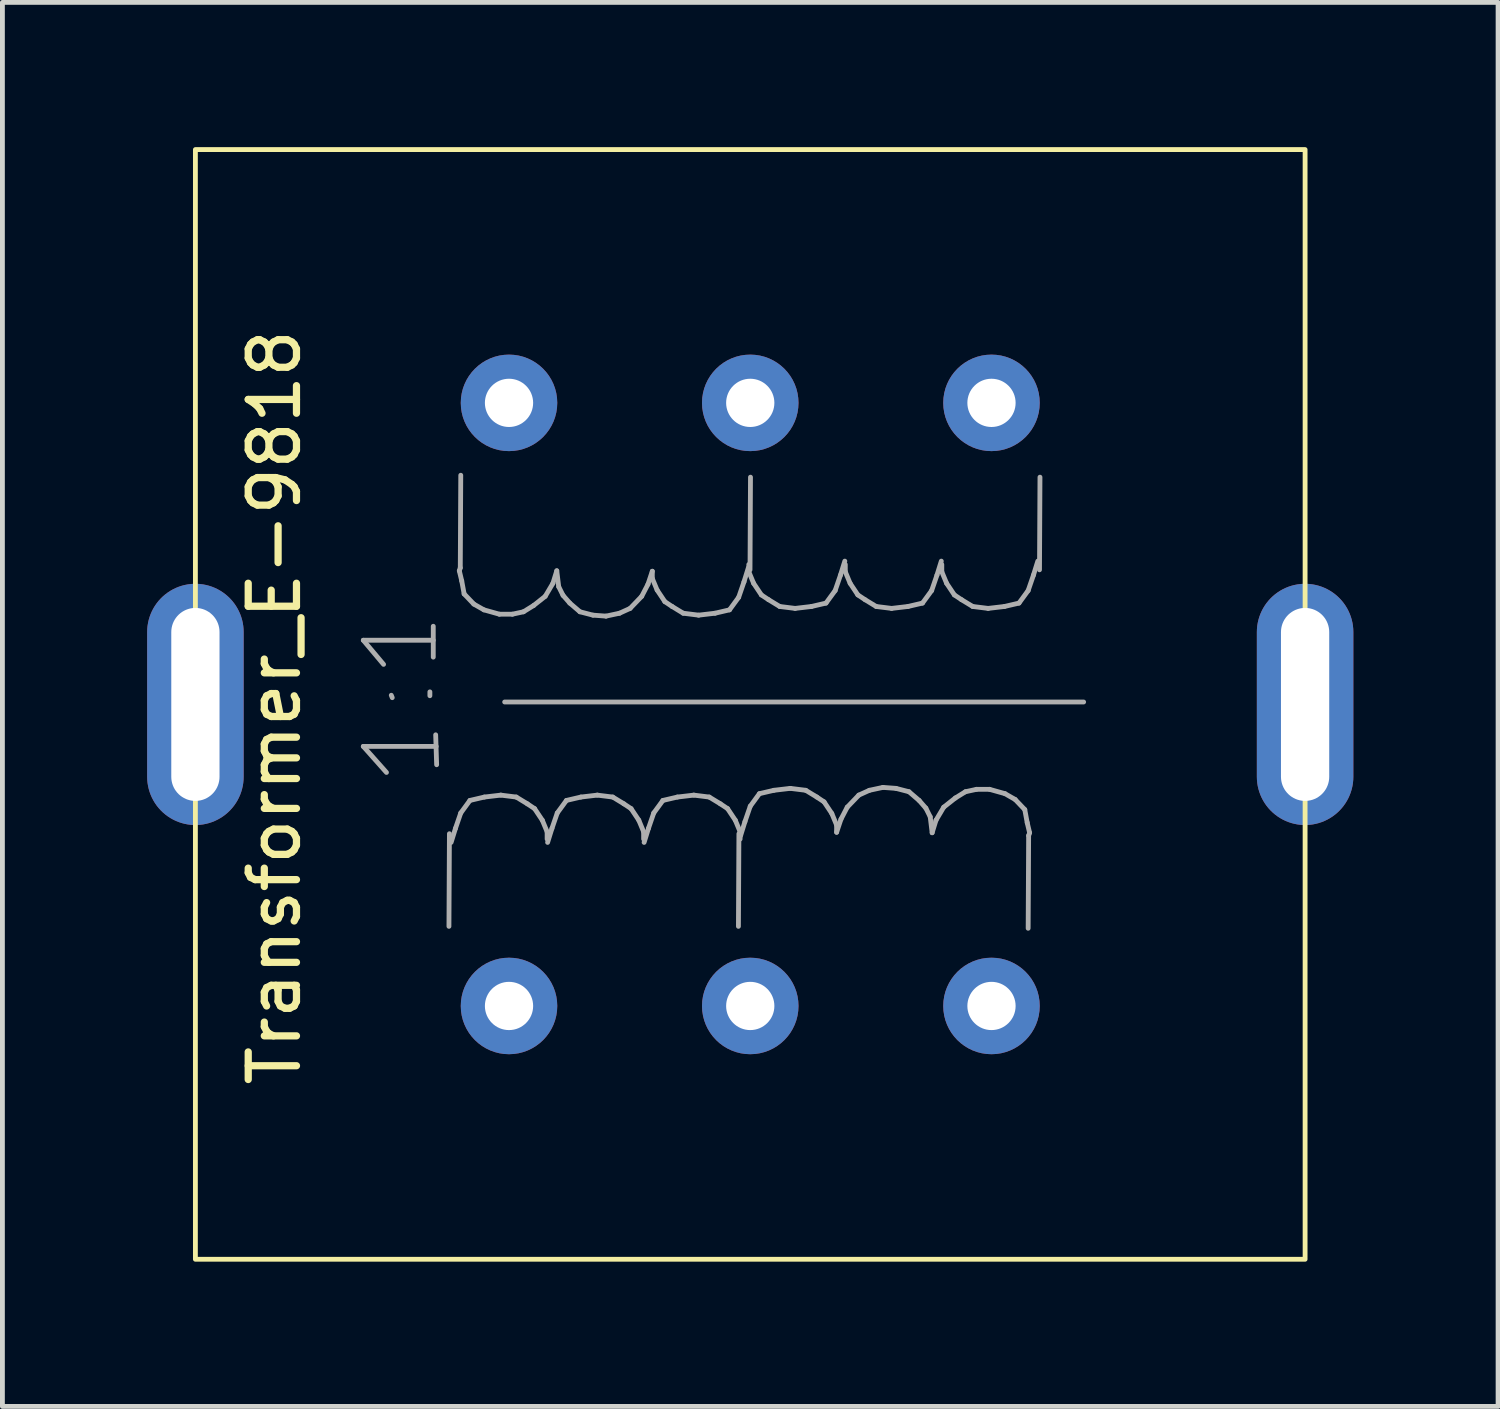
<source format=kicad_pcb>
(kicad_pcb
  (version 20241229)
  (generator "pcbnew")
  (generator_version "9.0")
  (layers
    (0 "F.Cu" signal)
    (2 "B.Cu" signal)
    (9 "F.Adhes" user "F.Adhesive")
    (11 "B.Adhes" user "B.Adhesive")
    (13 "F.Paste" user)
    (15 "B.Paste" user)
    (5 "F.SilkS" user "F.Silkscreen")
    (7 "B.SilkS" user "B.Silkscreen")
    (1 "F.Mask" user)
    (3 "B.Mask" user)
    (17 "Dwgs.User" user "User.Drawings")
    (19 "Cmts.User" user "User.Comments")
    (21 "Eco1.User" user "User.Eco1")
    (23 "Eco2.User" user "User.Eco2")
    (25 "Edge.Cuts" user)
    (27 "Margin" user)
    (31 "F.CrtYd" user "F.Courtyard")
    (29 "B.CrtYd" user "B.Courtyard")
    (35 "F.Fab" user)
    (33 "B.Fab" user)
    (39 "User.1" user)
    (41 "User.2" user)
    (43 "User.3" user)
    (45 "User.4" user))
  (footprint "Transformer_E-9818"
    (layer "F.Cu")
    (at 19 7.8)
    (property "Reference" "Transformer_E-9818" (at -16.36 3.81 90) (layer "F.SilkS") (effects (font (size 1 1) (thickness 0.15))))
    (attr through_hole)
    (fp_rect (start -18 -7.75) (end 5 15.25) (stroke (width 0.1) (type default)) (fill no) (layer "F.SilkS"))
    (fp_line (start -14.52 2.42) (end -13.07 2.42) (stroke (width 0.1) (type solid)) (layer "F.Fab"))
    (fp_line (start -14.52 4.62) (end -13.01 4.62) (stroke (width 0.1) (type solid)) (layer "F.Fab"))
    (fp_line (start -14.1 2.92) (end -14.52 2.42) (stroke (width 0.1) (type solid)) (layer "F.Fab"))
    (fp_line (start -14.04 5.16) (end -14.52 4.62) (stroke (width 0.1) (type solid)) (layer "F.Fab"))
    (fp_line (start -13.94 3.56) (end -13.92 3.61) (stroke (width 0.1) (type solid)) (layer "F.Fab"))
    (fp_line (start -13.14 3.49) (end -13.14 3.57) (stroke (width 0.1) (type solid)) (layer "F.Fab"))
    (fp_line (start -13.07 2.77) (end -13.07 2.13) (stroke (width 0.1) (type solid)) (layer "F.Fab"))
    (fp_line (start -13 5) (end -13.02 4.38) (stroke (width 0.1) (type solid)) (layer "F.Fab"))
    (fp_line (start -12.735 6.43) (end -12.745 8.35) (stroke (width 0.1) (type solid)) (layer "F.Fab"))
    (fp_line (start -12.7 6.61) (end -12.61 6.32) (stroke (width 0.1) (type solid)) (layer "F.Fab"))
    (fp_line (start -12.61 6.32) (end -12.5 6) (stroke (width 0.1) (type solid)) (layer "F.Fab"))
    (fp_line (start -12.53 0.98) (end -12.51 0.92) (stroke (width 0.1) (type solid)) (layer "F.Fab"))
    (fp_line (start -12.51 0.92) (end -12.5 -1) (stroke (width 0.1) (type solid)) (layer "F.Fab"))
    (fp_line (start -12.5 6) (end -12.31 5.74) (stroke (width 0.1) (type solid)) (layer "F.Fab"))
    (fp_line (start -12.48 1.19) (end -12.53 0.98) (stroke (width 0.1) (type solid)) (layer "F.Fab"))
    (fp_line (start -12.43 1.46) (end -12.48 1.19) (stroke (width 0.1) (type solid)) (layer "F.Fab"))
    (fp_line (start -12.31 5.74) (end -12.01 5.67) (stroke (width 0.1) (type solid)) (layer "F.Fab"))
    (fp_line (start -12.23 1.67) (end -12.43 1.46) (stroke (width 0.1) (type solid)) (layer "F.Fab"))
    (fp_line (start -12.02 1.79) (end -12.23 1.67) (stroke (width 0.1) (type solid)) (layer "F.Fab"))
    (fp_line (start -12.01 5.67) (end -11.67 5.63) (stroke (width 0.1) (type solid)) (layer "F.Fab"))
    (fp_line (start -11.7 1.88) (end -12.02 1.79) (stroke (width 0.1) (type solid)) (layer "F.Fab"))
    (fp_line (start -11.67 5.63) (end -11.35 5.67) (stroke (width 0.1) (type solid)) (layer "F.Fab"))
    (fp_line (start -11.59 3.7) (end 0.41 3.7) (stroke (width 0.1) (type solid)) (layer "F.Fab"))
    (fp_line (start -11.43 1.88) (end -11.7 1.88) (stroke (width 0.1) (type solid)) (layer "F.Fab"))
    (fp_line (start -11.35 5.67) (end -11.12 5.81) (stroke (width 0.1) (type solid)) (layer "F.Fab"))
    (fp_line (start -11.2 1.83) (end -11.43 1.88) (stroke (width 0.1) (type solid)) (layer "F.Fab"))
    (fp_line (start -11.12 5.81) (end -10.97 5.91) (stroke (width 0.1) (type solid)) (layer "F.Fab"))
    (fp_line (start -10.99 1.7) (end -11.2 1.83) (stroke (width 0.1) (type solid)) (layer "F.Fab"))
    (fp_line (start -10.97 5.91) (end -10.81 6.15) (stroke (width 0.1) (type solid)) (layer "F.Fab"))
    (fp_line (start -10.81 6.15) (end -10.71 6.39) (stroke (width 0.1) (type solid)) (layer "F.Fab"))
    (fp_line (start -10.75 1.51) (end -10.99 1.7) (stroke (width 0.1) (type solid)) (layer "F.Fab"))
    (fp_line (start -10.71 6.39) (end -10.71 6.54) (stroke (width 0.1) (type solid)) (layer "F.Fab"))
    (fp_line (start -10.7 6.61) (end -10.61 6.32) (stroke (width 0.1) (type solid)) (layer "F.Fab"))
    (fp_line (start -10.61 6.32) (end -10.5 6) (stroke (width 0.1) (type solid)) (layer "F.Fab"))
    (fp_line (start -10.59 1.24) (end -10.75 1.51) (stroke (width 0.1) (type solid)) (layer "F.Fab"))
    (fp_line (start -10.51 0.98) (end -10.59 1.24) (stroke (width 0.1) (type solid)) (layer "F.Fab"))
    (fp_line (start -10.5 6) (end -10.31 5.74) (stroke (width 0.1) (type solid)) (layer "F.Fab"))
    (fp_line (start -10.47 1.31) (end -10.51 0.98) (stroke (width 0.1) (type solid)) (layer "F.Fab"))
    (fp_line (start -10.38 1.49) (end -10.47 1.31) (stroke (width 0.1) (type solid)) (layer "F.Fab"))
    (fp_line (start -10.31 5.74) (end -10.01 5.67) (stroke (width 0.1) (type solid)) (layer "F.Fab"))
    (fp_line (start -10.24 1.65) (end -10.38 1.49) (stroke (width 0.1) (type solid)) (layer "F.Fab"))
    (fp_line (start -10.03 1.83) (end -10.24 1.65) (stroke (width 0.1) (type solid)) (layer "F.Fab"))
    (fp_line (start -10.01 5.67) (end -9.67 5.63) (stroke (width 0.1) (type solid)) (layer "F.Fab"))
    (fp_line (start -9.76 1.9) (end -10.03 1.83) (stroke (width 0.1) (type solid)) (layer "F.Fab"))
    (fp_line (start -9.67 5.63) (end -9.35 5.67) (stroke (width 0.1) (type solid)) (layer "F.Fab"))
    (fp_line (start -9.49 1.92) (end -9.76 1.9) (stroke (width 0.1) (type solid)) (layer "F.Fab"))
    (fp_line (start -9.35 5.67) (end -9.12 5.81) (stroke (width 0.1) (type solid)) (layer "F.Fab"))
    (fp_line (start -9.21 1.86) (end -9.49 1.92) (stroke (width 0.1) (type solid)) (layer "F.Fab"))
    (fp_line (start -9.12 5.81) (end -8.97 5.91) (stroke (width 0.1) (type solid)) (layer "F.Fab"))
    (fp_line (start -8.99 1.76) (end -9.21 1.86) (stroke (width 0.1) (type solid)) (layer "F.Fab"))
    (fp_line (start -8.97 5.91) (end -8.81 6.15) (stroke (width 0.1) (type solid)) (layer "F.Fab"))
    (fp_line (start -8.81 6.15) (end -8.71 6.39) (stroke (width 0.1) (type solid)) (layer "F.Fab"))
    (fp_line (start -8.75 1.51) (end -8.99 1.76) (stroke (width 0.1) (type solid)) (layer "F.Fab"))
    (fp_line (start -8.71 6.39) (end -8.71 6.54) (stroke (width 0.1) (type solid)) (layer "F.Fab"))
    (fp_line (start -8.7 6.61) (end -8.61 6.32) (stroke (width 0.1) (type solid)) (layer "F.Fab"))
    (fp_line (start -8.62 1.26) (end -8.75 1.51) (stroke (width 0.1) (type solid)) (layer "F.Fab"))
    (fp_line (start -8.61 6.32) (end -8.5 6) (stroke (width 0.1) (type solid)) (layer "F.Fab"))
    (fp_line (start -8.53 0.99) (end -8.62 1.26) (stroke (width 0.1) (type solid)) (layer "F.Fab"))
    (fp_line (start -8.53 1.14) (end -8.53 0.99) (stroke (width 0.1) (type solid)) (layer "F.Fab"))
    (fp_line (start -8.5 6) (end -8.31 5.74) (stroke (width 0.1) (type solid)) (layer "F.Fab"))
    (fp_line (start -8.43 1.38) (end -8.53 1.14) (stroke (width 0.1) (type solid)) (layer "F.Fab"))
    (fp_line (start -8.31 5.74) (end -8.01 5.67) (stroke (width 0.1) (type solid)) (layer "F.Fab"))
    (fp_line (start -8.27 1.62) (end -8.43 1.38) (stroke (width 0.1) (type solid)) (layer "F.Fab"))
    (fp_line (start -8.12 1.72) (end -8.27 1.62) (stroke (width 0.1) (type solid)) (layer "F.Fab"))
    (fp_line (start -8.01 5.67) (end -7.67 5.63) (stroke (width 0.1) (type solid)) (layer "F.Fab"))
    (fp_line (start -7.89 1.86) (end -8.12 1.72) (stroke (width 0.1) (type solid)) (layer "F.Fab"))
    (fp_line (start -7.67 5.63) (end -7.35 5.67) (stroke (width 0.1) (type solid)) (layer "F.Fab"))
    (fp_line (start -7.57 1.9) (end -7.89 1.86) (stroke (width 0.1) (type solid)) (layer "F.Fab"))
    (fp_line (start -7.35 5.67) (end -7.12 5.81) (stroke (width 0.1) (type solid)) (layer "F.Fab"))
    (fp_line (start -7.23 1.86) (end -7.57 1.9) (stroke (width 0.1) (type solid)) (layer "F.Fab"))
    (fp_line (start -7.12 5.81) (end -6.97 5.91) (stroke (width 0.1) (type solid)) (layer "F.Fab"))
    (fp_line (start -6.97 5.91) (end -6.81 6.15) (stroke (width 0.1) (type solid)) (layer "F.Fab"))
    (fp_line (start -6.93 1.79) (end -7.23 1.86) (stroke (width 0.1) (type solid)) (layer "F.Fab"))
    (fp_line (start -6.81 6.15) (end -6.71 6.39) (stroke (width 0.1) (type solid)) (layer "F.Fab"))
    (fp_line (start -6.74 1.53) (end -6.93 1.79) (stroke (width 0.1) (type solid)) (layer "F.Fab"))
    (fp_line (start -6.735 6.43) (end -6.745 8.35) (stroke (width 0.1) (type solid)) (layer "F.Fab"))
    (fp_line (start -6.71 6.39) (end -6.71 6.54) (stroke (width 0.1) (type solid)) (layer "F.Fab"))
    (fp_line (start -6.7 6.47) (end -6.61 6.18) (stroke (width 0.1) (type solid)) (layer "F.Fab"))
    (fp_line (start -6.63 1.21) (end -6.74 1.53) (stroke (width 0.1) (type solid)) (layer "F.Fab"))
    (fp_line (start -6.61 6.18) (end -6.5 5.86) (stroke (width 0.1) (type solid)) (layer "F.Fab"))
    (fp_line (start -6.54 0.92) (end -6.63 1.21) (stroke (width 0.1) (type solid)) (layer "F.Fab"))
    (fp_line (start -6.53 1) (end -6.53 0.85) (stroke (width 0.1) (type solid)) (layer "F.Fab"))
    (fp_line (start -6.505 0.96) (end -6.495 -0.96) (stroke (width 0.1) (type solid)) (layer "F.Fab"))
    (fp_line (start -6.5 5.86) (end -6.31 5.6) (stroke (width 0.1) (type solid)) (layer "F.Fab"))
    (fp_line (start -6.43 1.24) (end -6.53 1) (stroke (width 0.1) (type solid)) (layer "F.Fab"))
    (fp_line (start -6.31 5.6) (end -6.01 5.53) (stroke (width 0.1) (type solid)) (layer "F.Fab"))
    (fp_line (start -6.27 1.48) (end -6.43 1.24) (stroke (width 0.1) (type solid)) (layer "F.Fab"))
    (fp_line (start -6.12 1.58) (end -6.27 1.48) (stroke (width 0.1) (type solid)) (layer "F.Fab"))
    (fp_line (start -6.01 5.53) (end -5.67 5.49) (stroke (width 0.1) (type solid)) (layer "F.Fab"))
    (fp_line (start -5.89 1.72) (end -6.12 1.58) (stroke (width 0.1) (type solid)) (layer "F.Fab"))
    (fp_line (start -5.67 5.49) (end -5.35 5.53) (stroke (width 0.1) (type solid)) (layer "F.Fab"))
    (fp_line (start -5.57 1.76) (end -5.89 1.72) (stroke (width 0.1) (type solid)) (layer "F.Fab"))
    (fp_line (start -5.35 5.53) (end -5.12 5.67) (stroke (width 0.1) (type solid)) (layer "F.Fab"))
    (fp_line (start -5.23 1.72) (end -5.57 1.76) (stroke (width 0.1) (type solid)) (layer "F.Fab"))
    (fp_line (start -5.12 5.67) (end -4.97 5.77) (stroke (width 0.1) (type solid)) (layer "F.Fab"))
    (fp_line (start -4.97 5.77) (end -4.81 6.01) (stroke (width 0.1) (type solid)) (layer "F.Fab"))
    (fp_line (start -4.93 1.65) (end -5.23 1.72) (stroke (width 0.1) (type solid)) (layer "F.Fab"))
    (fp_line (start -4.81 6.01) (end -4.71 6.25) (stroke (width 0.1) (type solid)) (layer "F.Fab"))
    (fp_line (start -4.74 1.39) (end -4.93 1.65) (stroke (width 0.1) (type solid)) (layer "F.Fab"))
    (fp_line (start -4.71 6.25) (end -4.71 6.4) (stroke (width 0.1) (type solid)) (layer "F.Fab"))
    (fp_line (start -4.71 6.4) (end -4.62 6.13) (stroke (width 0.1) (type solid)) (layer "F.Fab"))
    (fp_line (start -4.63 1.07) (end -4.74 1.39) (stroke (width 0.1) (type solid)) (layer "F.Fab"))
    (fp_line (start -4.62 6.13) (end -4.49 5.88) (stroke (width 0.1) (type solid)) (layer "F.Fab"))
    (fp_line (start -4.54 0.78) (end -4.63 1.07) (stroke (width 0.1) (type solid)) (layer "F.Fab"))
    (fp_line (start -4.53 1) (end -4.53 0.85) (stroke (width 0.1) (type solid)) (layer "F.Fab"))
    (fp_line (start -4.49 5.88) (end -4.25 5.63) (stroke (width 0.1) (type solid)) (layer "F.Fab"))
    (fp_line (start -4.43 1.24) (end -4.53 1) (stroke (width 0.1) (type solid)) (layer "F.Fab"))
    (fp_line (start -4.27 1.48) (end -4.43 1.24) (stroke (width 0.1) (type solid)) (layer "F.Fab"))
    (fp_line (start -4.25 5.63) (end -4.03 5.53) (stroke (width 0.1) (type solid)) (layer "F.Fab"))
    (fp_line (start -4.12 1.58) (end -4.27 1.48) (stroke (width 0.1) (type solid)) (layer "F.Fab"))
    (fp_line (start -4.03 5.53) (end -3.75 5.47) (stroke (width 0.1) (type solid)) (layer "F.Fab"))
    (fp_line (start -3.89 1.72) (end -4.12 1.58) (stroke (width 0.1) (type solid)) (layer "F.Fab"))
    (fp_line (start -3.75 5.47) (end -3.48 5.49) (stroke (width 0.1) (type solid)) (layer "F.Fab"))
    (fp_line (start -3.57 1.76) (end -3.89 1.72) (stroke (width 0.1) (type solid)) (layer "F.Fab"))
    (fp_line (start -3.48 5.49) (end -3.21 5.56) (stroke (width 0.1) (type solid)) (layer "F.Fab"))
    (fp_line (start -3.23 1.72) (end -3.57 1.76) (stroke (width 0.1) (type solid)) (layer "F.Fab"))
    (fp_line (start -3.21 5.56) (end -3 5.74) (stroke (width 0.1) (type solid)) (layer "F.Fab"))
    (fp_line (start -3 5.74) (end -2.86 5.9) (stroke (width 0.1) (type solid)) (layer "F.Fab"))
    (fp_line (start -2.93 1.65) (end -3.23 1.72) (stroke (width 0.1) (type solid)) (layer "F.Fab"))
    (fp_line (start -2.86 5.9) (end -2.77 6.08) (stroke (width 0.1) (type solid)) (layer "F.Fab"))
    (fp_line (start -2.77 6.08) (end -2.73 6.41) (stroke (width 0.1) (type solid)) (layer "F.Fab"))
    (fp_line (start -2.74 1.39) (end -2.93 1.65) (stroke (width 0.1) (type solid)) (layer "F.Fab"))
    (fp_line (start -2.73 6.41) (end -2.65 6.15) (stroke (width 0.1) (type solid)) (layer "F.Fab"))
    (fp_line (start -2.65 6.15) (end -2.49 5.88) (stroke (width 0.1) (type solid)) (layer "F.Fab"))
    (fp_line (start -2.63 1.07) (end -2.74 1.39) (stroke (width 0.1) (type solid)) (layer "F.Fab"))
    (fp_line (start -2.54 0.78) (end -2.63 1.07) (stroke (width 0.1) (type solid)) (layer "F.Fab"))
    (fp_line (start -2.53 1) (end -2.53 0.85) (stroke (width 0.1) (type solid)) (layer "F.Fab"))
    (fp_line (start -2.49 5.88) (end -2.25 5.69) (stroke (width 0.1) (type solid)) (layer "F.Fab"))
    (fp_line (start -2.43 1.24) (end -2.53 1) (stroke (width 0.1) (type solid)) (layer "F.Fab"))
    (fp_line (start -2.27 1.48) (end -2.43 1.24) (stroke (width 0.1) (type solid)) (layer "F.Fab"))
    (fp_line (start -2.25 5.69) (end -2.04 5.56) (stroke (width 0.1) (type solid)) (layer "F.Fab"))
    (fp_line (start -2.12 1.58) (end -2.27 1.48) (stroke (width 0.1) (type solid)) (layer "F.Fab"))
    (fp_line (start -2.04 5.56) (end -1.81 5.51) (stroke (width 0.1) (type solid)) (layer "F.Fab"))
    (fp_line (start -1.89 1.72) (end -2.12 1.58) (stroke (width 0.1) (type solid)) (layer "F.Fab"))
    (fp_line (start -1.81 5.51) (end -1.54 5.51) (stroke (width 0.1) (type solid)) (layer "F.Fab"))
    (fp_line (start -1.57 1.76) (end -1.89 1.72) (stroke (width 0.1) (type solid)) (layer "F.Fab"))
    (fp_line (start -1.54 5.51) (end -1.22 5.6) (stroke (width 0.1) (type solid)) (layer "F.Fab"))
    (fp_line (start -1.23 1.72) (end -1.57 1.76) (stroke (width 0.1) (type solid)) (layer "F.Fab"))
    (fp_line (start -1.22 5.6) (end -1.01 5.72) (stroke (width 0.1) (type solid)) (layer "F.Fab"))
    (fp_line (start -1.01 5.72) (end -0.81 5.93) (stroke (width 0.1) (type solid)) (layer "F.Fab"))
    (fp_line (start -0.93 1.65) (end -1.23 1.72) (stroke (width 0.1) (type solid)) (layer "F.Fab"))
    (fp_line (start -0.81 5.93) (end -0.76 6.2) (stroke (width 0.1) (type solid)) (layer "F.Fab"))
    (fp_line (start -0.76 6.2) (end -0.71 6.41) (stroke (width 0.1) (type solid)) (layer "F.Fab"))
    (fp_line (start -0.74 1.39) (end -0.93 1.65) (stroke (width 0.1) (type solid)) (layer "F.Fab"))
    (fp_line (start -0.73 6.47) (end -0.74 8.39) (stroke (width 0.1) (type solid)) (layer "F.Fab"))
    (fp_line (start -0.71 6.41) (end -0.73 6.47) (stroke (width 0.1) (type solid)) (layer "F.Fab"))
    (fp_line (start -0.63 1.07) (end -0.74 1.39) (stroke (width 0.1) (type solid)) (layer "F.Fab"))
    (fp_line (start -0.54 0.78) (end -0.63 1.07) (stroke (width 0.1) (type solid)) (layer "F.Fab"))
    (fp_line (start -0.505 0.96) (end -0.495 -0.96) (stroke (width 0.1) (type solid)) (layer "F.Fab"))
    (pad "1" thru_hole circle (at -11.5 -2.5 90) (size 2 2) (drill 1) (layers "*.Cu" "*.Mask"))
    (pad "2" thru_hole circle (at -6.5 -2.5 90) (size 2 2) (drill 1) (layers "*.Cu" "*.Mask"))
    (pad "3" thru_hole circle (at -1.5 -2.5 90) (size 2 2) (drill 1) (layers "*.Cu" "*.Mask"))
    (pad "4" thru_hole circle (at -11.5 10 90) (size 2 2) (drill 1) (layers "*.Cu" "*.Mask"))
    (pad "5" thru_hole circle (at -6.5 10 90) (size 2 2) (drill 1) (layers "*.Cu" "*.Mask"))
    (pad "6" thru_hole circle (at -1.5 10 90) (size 2 2) (drill 1) (layers "*.Cu" "*.Mask"))
    (pad "7" thru_hole oval (at -18 3.75 90) (size 5 2) (drill oval 4 1) (layers "*.Cu" "*.Mask"))
    (pad "7" thru_hole oval (at 5 3.75 90) (size 5 2) (drill oval 4 1) (layers "*.Cu" "*.Mask")))
  (gr_rect
    (start -3 -3)
    (end 28 26.1)
    (stroke (width 0.1) (type default))
    (fill no)
    (layer "Edge.Cuts")))
</source>
